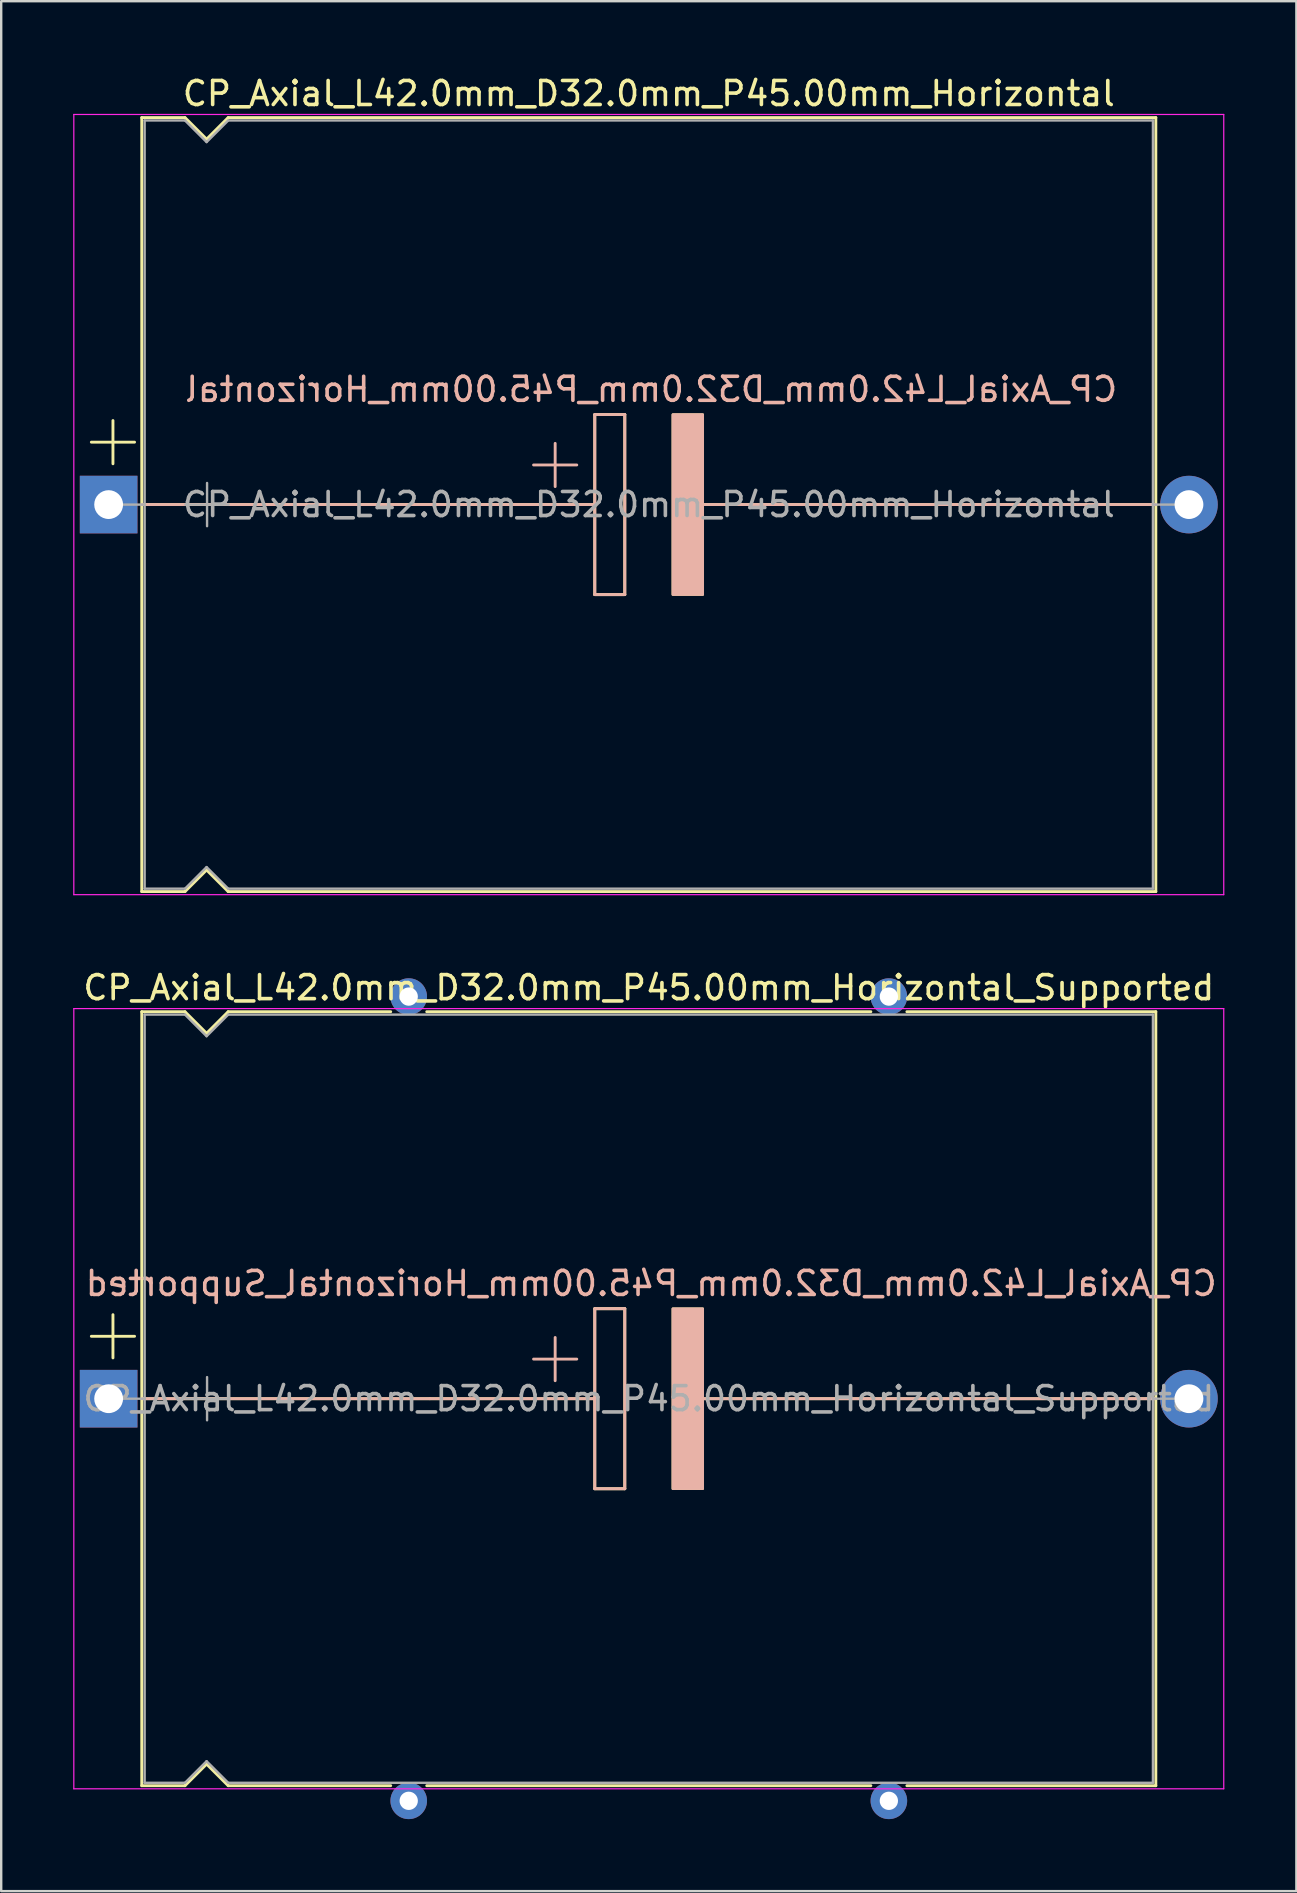
<source format=kicad_pcb>
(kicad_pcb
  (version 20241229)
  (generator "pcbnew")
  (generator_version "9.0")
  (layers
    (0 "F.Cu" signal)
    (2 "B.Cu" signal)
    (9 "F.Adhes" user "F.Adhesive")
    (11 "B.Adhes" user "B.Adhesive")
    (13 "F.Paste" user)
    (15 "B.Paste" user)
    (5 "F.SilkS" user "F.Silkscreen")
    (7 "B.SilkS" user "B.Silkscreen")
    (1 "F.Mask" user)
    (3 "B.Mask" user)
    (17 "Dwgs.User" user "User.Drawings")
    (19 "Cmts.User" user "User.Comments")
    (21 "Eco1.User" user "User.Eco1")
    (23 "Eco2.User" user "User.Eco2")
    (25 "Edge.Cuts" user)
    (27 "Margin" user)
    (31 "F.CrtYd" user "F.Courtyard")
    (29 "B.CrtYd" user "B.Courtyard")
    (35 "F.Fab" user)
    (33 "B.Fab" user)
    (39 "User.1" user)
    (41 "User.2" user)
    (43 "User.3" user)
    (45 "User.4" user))
  (footprint "CP_Axial_L42.0mm_D32.0mm_P45.00mm_Horizontal"
    (layer "F.Cu")
    (at 1.475 17.968)
    (property "Reference" "CP_Axial_L42.0mm_D32.0mm_P45.00mm_Horizontal" (at 22.5 -17.12 0) (layer "F.SilkS") (effects (font (size 1 1) (thickness 0.15))))
    (fp_line (start -0.72 -2.6) (end 1.08 -2.6) (stroke (width 0.12) (type solid)) (layer "F.SilkS"))
    (fp_line (start 0.18 -3.5) (end 0.18 -1.7) (stroke (width 0.12) (type solid)) (layer "F.SilkS"))
    (fp_line (start 1.38 -16.12) (end 1.38 16.12) (stroke (width 0.12) (type solid)) (layer "F.SilkS"))
    (fp_line (start 1.38 -16.12) (end 3.18 -16.12) (stroke (width 0.12) (type solid)) (layer "F.SilkS"))
    (fp_line (start 1.38 16.12) (end 3.18 16.12) (stroke (width 0.12) (type solid)) (layer "F.SilkS"))
    (fp_line (start 1.397 0) (end 20.25 0) (stroke (width 0.12) (type solid)) (layer "F.SilkS"))
    (fp_line (start 3.18 -16.12) (end 4.08 -15.22) (stroke (width 0.12) (type solid)) (layer "F.SilkS"))
    (fp_line (start 3.18 16.12) (end 4.08 15.22) (stroke (width 0.12) (type solid)) (layer "F.SilkS"))
    (fp_line (start 4.08 -15.22) (end 4.98 -16.12) (stroke (width 0.12) (type solid)) (layer "F.SilkS"))
    (fp_line (start 4.08 15.22) (end 4.98 16.12) (stroke (width 0.12) (type solid)) (layer "F.SilkS"))
    (fp_line (start 4.98 -16.12) (end 43.62 -16.12) (stroke (width 0.12) (type solid)) (layer "F.SilkS"))
    (fp_line (start 4.98 16.12) (end 43.62 16.12) (stroke (width 0.12) (type solid)) (layer "F.SilkS"))
    (fp_line (start 20.25 -3.75) (end 21.5 -3.75) (stroke (width 0.12) (type solid)) (layer "F.SilkS"))
    (fp_line (start 20.25 0) (end 20.25 -3.75) (stroke (width 0.12) (type solid)) (layer "F.SilkS"))
    (fp_line (start 20.25 3.75) (end 20.25 0) (stroke (width 0.12) (type solid)) (layer "F.SilkS"))
    (fp_line (start 21.5 -3.75) (end 21.5 3.75) (stroke (width 0.12) (type solid)) (layer "F.SilkS"))
    (fp_line (start 21.5 3.75) (end 20.25 3.75) (stroke (width 0.12) (type solid)) (layer "F.SilkS"))
    (fp_line (start 24.75 0) (end 43.561 0) (stroke (width 0.12) (type solid)) (layer "F.SilkS"))
    (fp_line (start 43.62 -16.12) (end 43.62 16.12) (stroke (width 0.12) (type solid)) (layer "F.SilkS"))
    (fp_poly (pts (xy 24.75 3.75) (xy 23.5 3.75) (xy 23.5 -3.75) (xy 24.75 -3.75)) (stroke (width 0.1) (type solid)) (fill yes) (layer "F.SilkS"))
    (fp_line (start 1.4 0) (end 13.38 0) (stroke (width 0.12) (type solid)) (layer "B.SilkS"))
    (fp_line (start 13.38 0) (end 20.25 0) (stroke (width 0.12) (type solid)) (layer "B.SilkS"))
    (fp_line (start 18.6 -2.55) (end 18.6 -0.75) (stroke (width 0.12) (type solid)) (layer "B.SilkS"))
    (fp_line (start 19.5 -1.65) (end 17.7 -1.65) (stroke (width 0.12) (type solid)) (layer "B.SilkS"))
    (fp_line (start 20.25 -3.75) (end 21.5 -3.75) (stroke (width 0.12) (type solid)) (layer "B.SilkS"))
    (fp_line (start 20.25 0) (end 20.25 -3.75) (stroke (width 0.12) (type solid)) (layer "B.SilkS"))
    (fp_line (start 20.25 3.75) (end 20.25 0) (stroke (width 0.12) (type solid)) (layer "B.SilkS"))
    (fp_line (start 21.5 -3.75) (end 21.5 3.75) (stroke (width 0.12) (type solid)) (layer "B.SilkS"))
    (fp_line (start 21.5 3.75) (end 20.25 3.75) (stroke (width 0.12) (type solid)) (layer "B.SilkS"))
    (fp_line (start 24.75 0) (end 31.62 0) (stroke (width 0.12) (type solid)) (layer "B.SilkS"))
    (fp_line (start 43.6 0) (end 31.62 0) (stroke (width 0.12) (type solid)) (layer "B.SilkS"))
    (fp_poly (pts (xy 24.75 3.75) (xy 23.5 3.75) (xy 23.5 -3.75) (xy 24.75 -3.75)) (stroke (width 0.1) (type solid)) (fill yes) (layer "B.SilkS"))
    (fp_line (start -1.45 -16.25) (end -1.45 16.25) (stroke (width 0.05) (type solid)) (layer "F.CrtYd"))
    (fp_line (start -1.45 16.25) (end 46.45 16.25) (stroke (width 0.05) (type solid)) (layer "F.CrtYd"))
    (fp_line (start 46.45 -16.25) (end -1.45 -16.25) (stroke (width 0.05) (type solid)) (layer "F.CrtYd"))
    (fp_line (start 46.45 16.25) (end 46.45 -16.25) (stroke (width 0.05) (type solid)) (layer "F.CrtYd"))
    (fp_line (start 0 0) (end 1.5 0) (stroke (width 0.1) (type solid)) (layer "F.Fab"))
    (fp_line (start 1.5 -16) (end 1.5 16) (stroke (width 0.1) (type solid)) (layer "F.Fab"))
    (fp_line (start 1.5 -16) (end 3.18 -16) (stroke (width 0.1) (type solid)) (layer "F.Fab"))
    (fp_line (start 1.5 16) (end 3.18 16) (stroke (width 0.1) (type solid)) (layer "F.Fab"))
    (fp_line (start 3.18 -16) (end 4.08 -15.1) (stroke (width 0.1) (type solid)) (layer "F.Fab"))
    (fp_line (start 3.18 16) (end 4.08 15.1) (stroke (width 0.1) (type solid)) (layer "F.Fab"))
    (fp_line (start 3.2 0) (end 5 0) (stroke (width 0.1) (type solid)) (layer "F.Fab"))
    (fp_line (start 4.08 -15.1) (end 4.98 -16) (stroke (width 0.1) (type solid)) (layer "F.Fab"))
    (fp_line (start 4.08 15.1) (end 4.98 16) (stroke (width 0.1) (type solid)) (layer "F.Fab"))
    (fp_line (start 4.1 -0.9) (end 4.1 0.9) (stroke (width 0.1) (type solid)) (layer "F.Fab"))
    (fp_line (start 4.98 -16) (end 43.5 -16) (stroke (width 0.1) (type solid)) (layer "F.Fab"))
    (fp_line (start 4.98 16) (end 43.5 16) (stroke (width 0.1) (type solid)) (layer "F.Fab"))
    (fp_line (start 43.5 -16) (end 43.5 16) (stroke (width 0.1) (type solid)) (layer "F.Fab"))
    (fp_line (start 45 0) (end 43.5 0) (stroke (width 0.1) (type solid)) (layer "F.Fab"))
    (fp_text user "${REFERENCE}" (at 22.6 -4.8 0) (layer "B.SilkS") (effects (font (size 1 1) (thickness 0.15)) (justify mirror)))
    (fp_text user "${REFERENCE}" (at 22.5 0 0) (layer "F.Fab") (effects (font (size 1 1) (thickness 0.15))))
    (pad "1" thru_hole rect (at 0 0) (size 2.4 2.4) (drill 1.2) (layers "*.Cu" "*.Mask"))
    (pad "2" thru_hole oval (at 45 0) (size 2.4 2.4) (drill 1.2) (layers "*.Cu" "*.Mask")))
  (footprint "CP_Axial_L42.0mm_D32.0mm_P45.00mm_Horizontal_Supported"
    (layer "F.Cu")
    (at 1.475 55.212)
    (property "Reference" "CP_Axial_L42.0mm_D32.0mm_P45.00mm_Horizontal_Supported" (at 22.5 -17.12 0) (layer "F.SilkS") (effects (font (size 1 1) (thickness 0.15))))
    (fp_line (start -0.72 -2.6) (end 1.08 -2.6) (stroke (width 0.12) (type solid)) (layer "F.SilkS"))
    (fp_line (start 0.18 -3.5) (end 0.18 -1.7) (stroke (width 0.12) (type solid)) (layer "F.SilkS"))
    (fp_line (start 1.38 -16.12) (end 1.38 16.12) (stroke (width 0.12) (type solid)) (layer "F.SilkS"))
    (fp_line (start 1.38 -16.12) (end 3.18 -16.12) (stroke (width 0.12) (type solid)) (layer "F.SilkS"))
    (fp_line (start 1.38 16.12) (end 3.18 16.12) (stroke (width 0.12) (type solid)) (layer "F.SilkS"))
    (fp_line (start 1.397 0) (end 20.25 0) (stroke (width 0.12) (type solid)) (layer "F.SilkS"))
    (fp_line (start 3.18 -16.12) (end 4.08 -15.22) (stroke (width 0.12) (type solid)) (layer "F.SilkS"))
    (fp_line (start 3.18 16.12) (end 4.08 15.22) (stroke (width 0.12) (type solid)) (layer "F.SilkS"))
    (fp_line (start 4.08 -15.22) (end 4.98 -16.12) (stroke (width 0.12) (type solid)) (layer "F.SilkS"))
    (fp_line (start 4.08 15.22) (end 4.98 16.12) (stroke (width 0.12) (type solid)) (layer "F.SilkS"))
    (fp_line (start 4.98 -16.12) (end 11.75 -16.12) (stroke (width 0.12) (type solid)) (layer "F.SilkS"))
    (fp_line (start 4.98 16.12) (end 11.75 16.12) (stroke (width 0.12) (type solid)) (layer "F.SilkS"))
    (fp_line (start 13.25 -16.12) (end 31.75 -16.12) (stroke (width 0.12) (type solid)) (layer "F.SilkS"))
    (fp_line (start 13.25 16.12) (end 31.75 16.12) (stroke (width 0.12) (type solid)) (layer "F.SilkS"))
    (fp_line (start 20.25 -3.75) (end 21.5 -3.75) (stroke (width 0.12) (type solid)) (layer "F.SilkS"))
    (fp_line (start 20.25 0) (end 20.25 -3.75) (stroke (width 0.12) (type solid)) (layer "F.SilkS"))
    (fp_line (start 20.25 3.75) (end 20.25 0) (stroke (width 0.12) (type solid)) (layer "F.SilkS"))
    (fp_line (start 21.5 -3.75) (end 21.5 3.75) (stroke (width 0.12) (type solid)) (layer "F.SilkS"))
    (fp_line (start 21.5 3.75) (end 20.25 3.75) (stroke (width 0.12) (type solid)) (layer "F.SilkS"))
    (fp_line (start 24.75 0) (end 43.561 0) (stroke (width 0.12) (type solid)) (layer "F.SilkS"))
    (fp_line (start 33.25 -16.12) (end 43.62 -16.12) (stroke (width 0.12) (type solid)) (layer "F.SilkS"))
    (fp_line (start 33.25 16.12) (end 43.62 16.12) (stroke (width 0.12) (type solid)) (layer "F.SilkS"))
    (fp_line (start 43.62 -16.12) (end 43.62 16.12) (stroke (width 0.12) (type solid)) (layer "F.SilkS"))
    (fp_poly (pts (xy 24.75 3.75) (xy 23.5 3.75) (xy 23.5 -3.75) (xy 24.75 -3.75)) (stroke (width 0.1) (type solid)) (fill yes) (layer "F.SilkS"))
    (fp_line (start 1.4 0) (end 13.38 0) (stroke (width 0.12) (type solid)) (layer "B.SilkS"))
    (fp_line (start 13.38 0) (end 20.25 0) (stroke (width 0.12) (type solid)) (layer "B.SilkS"))
    (fp_line (start 18.6 -2.55) (end 18.6 -0.75) (stroke (width 0.12) (type solid)) (layer "B.SilkS"))
    (fp_line (start 19.5 -1.65) (end 17.7 -1.65) (stroke (width 0.12) (type solid)) (layer "B.SilkS"))
    (fp_line (start 20.25 -3.75) (end 21.5 -3.75) (stroke (width 0.12) (type solid)) (layer "B.SilkS"))
    (fp_line (start 20.25 0) (end 20.25 -3.75) (stroke (width 0.12) (type solid)) (layer "B.SilkS"))
    (fp_line (start 20.25 3.75) (end 20.25 0) (stroke (width 0.12) (type solid)) (layer "B.SilkS"))
    (fp_line (start 21.5 -3.75) (end 21.5 3.75) (stroke (width 0.12) (type solid)) (layer "B.SilkS"))
    (fp_line (start 21.5 3.75) (end 20.25 3.75) (stroke (width 0.12) (type solid)) (layer "B.SilkS"))
    (fp_line (start 24.75 0) (end 31.62 0) (stroke (width 0.12) (type solid)) (layer "B.SilkS"))
    (fp_line (start 43.6 0) (end 31.62 0) (stroke (width 0.12) (type solid)) (layer "B.SilkS"))
    (fp_poly (pts (xy 24.75 3.75) (xy 23.5 3.75) (xy 23.5 -3.75) (xy 24.75 -3.75)) (stroke (width 0.1) (type solid)) (fill yes) (layer "B.SilkS"))
    (fp_line (start -1.45 -16.25) (end -1.45 16.25) (stroke (width 0.05) (type solid)) (layer "F.CrtYd"))
    (fp_line (start -1.45 16.25) (end 46.45 16.25) (stroke (width 0.05) (type solid)) (layer "F.CrtYd"))
    (fp_line (start 46.45 -16.25) (end -1.45 -16.25) (stroke (width 0.05) (type solid)) (layer "F.CrtYd"))
    (fp_line (start 46.45 16.25) (end 46.45 -16.25) (stroke (width 0.05) (type solid)) (layer "F.CrtYd"))
    (fp_line (start 0 0) (end 1.5 0) (stroke (width 0.1) (type solid)) (layer "F.Fab"))
    (fp_line (start 1.5 -16) (end 1.5 16) (stroke (width 0.1) (type solid)) (layer "F.Fab"))
    (fp_line (start 1.5 -16) (end 3.18 -16) (stroke (width 0.1) (type solid)) (layer "F.Fab"))
    (fp_line (start 1.5 16) (end 3.18 16) (stroke (width 0.1) (type solid)) (layer "F.Fab"))
    (fp_line (start 3.18 -16) (end 4.08 -15.1) (stroke (width 0.1) (type solid)) (layer "F.Fab"))
    (fp_line (start 3.18 16) (end 4.08 15.1) (stroke (width 0.1) (type solid)) (layer "F.Fab"))
    (fp_line (start 3.2 0) (end 5 0) (stroke (width 0.1) (type solid)) (layer "F.Fab"))
    (fp_line (start 4.08 -15.1) (end 4.98 -16) (stroke (width 0.1) (type solid)) (layer "F.Fab"))
    (fp_line (start 4.08 15.1) (end 4.98 16) (stroke (width 0.1) (type solid)) (layer "F.Fab"))
    (fp_line (start 4.1 -0.9) (end 4.1 0.9) (stroke (width 0.1) (type solid)) (layer "F.Fab"))
    (fp_line (start 4.98 -16) (end 43.5 -16) (stroke (width 0.1) (type solid)) (layer "F.Fab"))
    (fp_line (start 4.98 16) (end 43.5 16) (stroke (width 0.1) (type solid)) (layer "F.Fab"))
    (fp_line (start 43.5 -16) (end 43.5 16) (stroke (width 0.1) (type solid)) (layer "F.Fab"))
    (fp_line (start 45 0) (end 43.5 0) (stroke (width 0.1) (type solid)) (layer "F.Fab"))
    (fp_text user "${REFERENCE}" (at 22.6 -4.8 0) (layer "B.SilkS") (effects (font (size 1 1) (thickness 0.15)) (justify mirror)))
    (fp_text user "${REFERENCE}" (at 22.5 0 0) (layer "F.Fab") (effects (font (size 1 1) (thickness 0.15))))
    (pad "" thru_hole circle (at 12.5 -16.75) (size 1.524 1.524) (drill 0.762) (layers "*.Cu" "*.Mask"))
    (pad "" thru_hole circle (at 12.5 16.75) (size 1.524 1.524) (drill 0.762) (layers "*.Cu" "*.Mask"))
    (pad "" thru_hole circle (at 32.5 -16.75) (size 1.524 1.524) (drill 0.762) (layers "*.Cu" "*.Mask"))
    (pad "" thru_hole circle (at 32.5 16.75) (size 1.524 1.524) (drill 0.762) (layers "*.Cu" "*.Mask"))
    (pad "1" thru_hole rect (at 0 0) (size 2.4 2.4) (drill 1.2) (layers "*.Cu" "*.Mask"))
    (pad "2" thru_hole oval (at 45 0) (size 2.4 2.4) (drill 1.2) (layers "*.Cu" "*.Mask")))
  (gr_rect
    (start -3 -3)
    (end 50.95 75.724)
    (stroke (width 0.1) (type default))
    (fill no)
    (layer "Edge.Cuts")))
</source>
